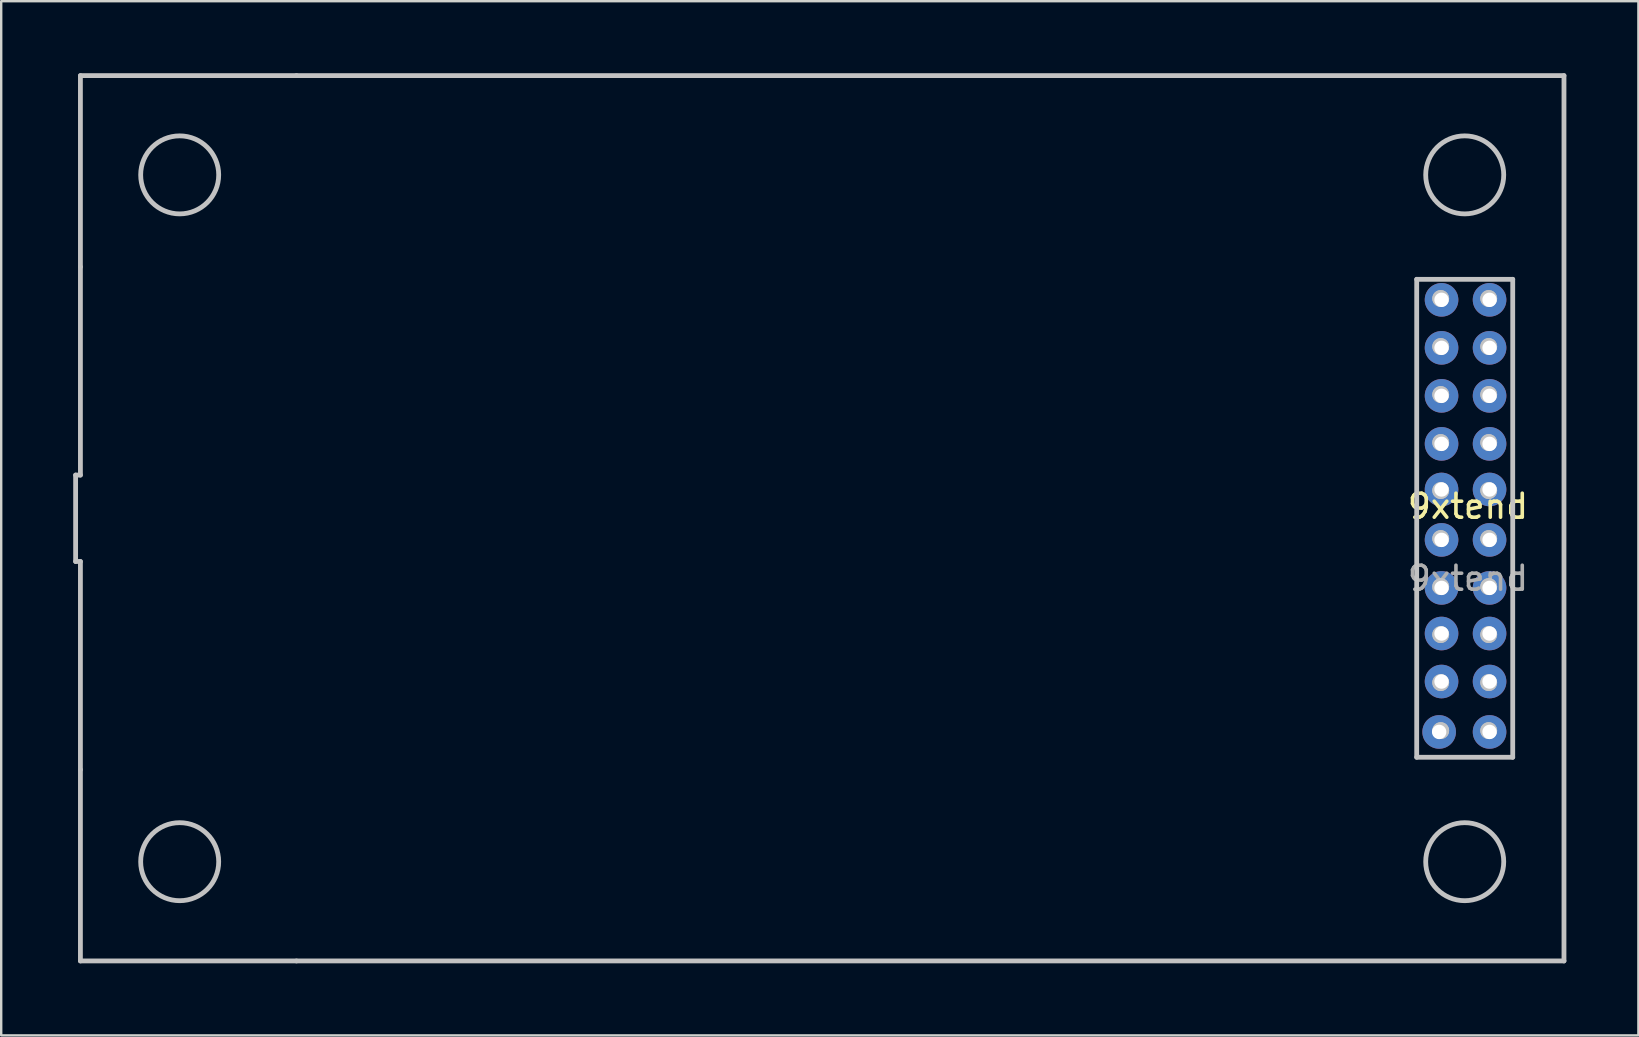
<source format=kicad_pcb>
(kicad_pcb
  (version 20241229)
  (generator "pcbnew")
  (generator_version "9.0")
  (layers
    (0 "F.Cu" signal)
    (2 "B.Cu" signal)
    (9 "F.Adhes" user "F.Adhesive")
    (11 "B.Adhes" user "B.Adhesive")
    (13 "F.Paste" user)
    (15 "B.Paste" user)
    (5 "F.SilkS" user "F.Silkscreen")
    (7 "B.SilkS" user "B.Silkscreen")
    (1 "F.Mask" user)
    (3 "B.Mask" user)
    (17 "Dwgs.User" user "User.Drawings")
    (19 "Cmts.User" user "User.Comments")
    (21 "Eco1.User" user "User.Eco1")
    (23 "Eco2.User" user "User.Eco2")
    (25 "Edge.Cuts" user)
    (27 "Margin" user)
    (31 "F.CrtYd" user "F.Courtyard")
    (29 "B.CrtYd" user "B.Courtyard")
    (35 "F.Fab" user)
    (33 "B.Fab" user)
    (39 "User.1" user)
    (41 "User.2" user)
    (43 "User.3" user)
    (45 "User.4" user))
  (footprint "9xtend"
    (layer "F.Cu")
    (at 58.1 18.54)
    (property "Reference" "9xtend" (at 0 -0.5 0) (unlocked yes) (layer "F.SilkS") (effects (font (size 1 1) (thickness 0.15))))
    (attr smd)
    (fp_line (start -58 -1.8) (end -58 1.8) (stroke (width 0.2) (type solid)) (layer "Dwgs.User"))
    (fp_line (start -58 1.8) (end -57.8 1.8) (stroke (width 0.2) (type solid)) (layer "Dwgs.User"))
    (fp_line (start -57.8 -18.44) (end -57.8 -10.472) (stroke (width 0.2) (type solid)) (layer "Dwgs.User"))
    (fp_line (start -57.8 -10.472) (end -57.8 -1.8) (stroke (width 0.2) (type solid)) (layer "Dwgs.User"))
    (fp_line (start -57.8 -1.8) (end -58 -1.8) (stroke (width 0.2) (type solid)) (layer "Dwgs.User"))
    (fp_line (start -57.8 1.8) (end -57.8 10.472) (stroke (width 0.2) (type solid)) (layer "Dwgs.User"))
    (fp_line (start -57.8 10.472) (end -57.8 18.44) (stroke (width 0.2) (type solid)) (layer "Dwgs.User"))
    (fp_line (start -57.8 18.44) (end -48.8 18.44) (stroke (width 0.2) (type solid)) (layer "Dwgs.User"))
    (fp_line (start -48.8 -18.44) (end -57.8 -18.44) (stroke (width 0.2) (type solid)) (layer "Dwgs.User"))
    (fp_line (start -48.8 18.44) (end 4 18.44) (stroke (width 0.2) (type solid)) (layer "Dwgs.User"))
    (fp_line (start -2.135 -9.955) (end -2.135 9.955) (stroke (width 0.2) (type solid)) (layer "Dwgs.User"))
    (fp_line (start -2.135 9.955) (end 1.865 9.955) (stroke (width 0.2) (type solid)) (layer "Dwgs.User"))
    (fp_line (start 1.865 -9.955) (end -2.135 -9.955) (stroke (width 0.2) (type solid)) (layer "Dwgs.User"))
    (fp_line (start 1.865 9.955) (end 1.865 -9.955) (stroke (width 0.2) (type solid)) (layer "Dwgs.User"))
    (fp_line (start 4 -18.44) (end -48.8 -18.44) (stroke (width 0.2) (type solid)) (layer "Dwgs.User"))
    (fp_line (start 4 18.44) (end 4 -18.44) (stroke (width 0.2) (type solid)) (layer "Dwgs.User"))
    (fp_circle (center -53.665 -14.305) (end -52.04 -14.305) (stroke (width 0.2) (type solid)) (fill no) (layer "Dwgs.User"))
    (fp_circle (center -53.665 14.305) (end -52.04 14.305) (stroke (width 0.2) (type solid)) (fill no) (layer "Dwgs.User"))
    (fp_circle (center -1.135 -9.155) (end -0.885 -9.155) (stroke (width 0.2) (type solid)) (fill no) (layer "Dwgs.User"))
    (fp_circle (center -1.135 -9.155) (end -0.885 -9.155) (stroke (width 0.2) (type solid)) (fill no) (layer "Dwgs.User"))
    (fp_circle (center -1.135 -7.155) (end -0.885 -7.155) (stroke (width 0.2) (type solid)) (fill no) (layer "Dwgs.User"))
    (fp_circle (center -1.135 -7.155) (end -0.885 -7.155) (stroke (width 0.2) (type solid)) (fill no) (layer "Dwgs.User"))
    (fp_circle (center -1.135 -5.155) (end -0.885 -5.155) (stroke (width 0.2) (type solid)) (fill no) (layer "Dwgs.User"))
    (fp_circle (center -1.135 -5.155) (end -0.885 -5.155) (stroke (width 0.2) (type solid)) (fill no) (layer "Dwgs.User"))
    (fp_circle (center -1.135 -3.155) (end -0.885 -3.155) (stroke (width 0.2) (type solid)) (fill no) (layer "Dwgs.User"))
    (fp_circle (center -1.135 -3.155) (end -0.885 -3.155) (stroke (width 0.2) (type solid)) (fill no) (layer "Dwgs.User"))
    (fp_circle (center -1.135 -1.155) (end -0.885 -1.155) (stroke (width 0.2) (type solid)) (fill no) (layer "Dwgs.User"))
    (fp_circle (center -1.135 -1.155) (end -0.885 -1.155) (stroke (width 0.2) (type solid)) (fill no) (layer "Dwgs.User"))
    (fp_circle (center -1.135 0.845) (end -0.885 0.845) (stroke (width 0.2) (type solid)) (fill no) (layer "Dwgs.User"))
    (fp_circle (center -1.135 0.845) (end -0.885 0.845) (stroke (width 0.2) (type solid)) (fill no) (layer "Dwgs.User"))
    (fp_circle (center -1.135 2.845) (end -0.885 2.845) (stroke (width 0.2) (type solid)) (fill no) (layer "Dwgs.User"))
    (fp_circle (center -1.135 2.845) (end -0.885 2.845) (stroke (width 0.2) (type solid)) (fill no) (layer "Dwgs.User"))
    (fp_circle (center -1.135 4.845) (end -0.885 4.845) (stroke (width 0.2) (type solid)) (fill no) (layer "Dwgs.User"))
    (fp_circle (center -1.135 4.845) (end -0.885 4.845) (stroke (width 0.2) (type solid)) (fill no) (layer "Dwgs.User"))
    (fp_circle (center -1.135 6.845) (end -0.885 6.845) (stroke (width 0.2) (type solid)) (fill no) (layer "Dwgs.User"))
    (fp_circle (center -1.135 6.845) (end -0.885 6.845) (stroke (width 0.2) (type solid)) (fill no) (layer "Dwgs.User"))
    (fp_circle (center -1.135 8.845) (end -0.885 8.845) (stroke (width 0.2) (type solid)) (fill no) (layer "Dwgs.User"))
    (fp_circle (center -1.135 8.845) (end -0.885 8.845) (stroke (width 0.2) (type solid)) (fill no) (layer "Dwgs.User"))
    (fp_circle (center -0.135 -14.305) (end 1.49 -14.305) (stroke (width 0.2) (type solid)) (fill no) (layer "Dwgs.User"))
    (fp_circle (center -0.135 14.305) (end 1.49 14.305) (stroke (width 0.2) (type solid)) (fill no) (layer "Dwgs.User"))
    (fp_circle (center 0.865 -9.155) (end 1.115 -9.155) (stroke (width 0.2) (type solid)) (fill no) (layer "Dwgs.User"))
    (fp_circle (center 0.865 -9.155) (end 1.115 -9.155) (stroke (width 0.2) (type solid)) (fill no) (layer "Dwgs.User"))
    (fp_circle (center 0.865 -7.155) (end 1.115 -7.155) (stroke (width 0.2) (type solid)) (fill no) (layer "Dwgs.User"))
    (fp_circle (center 0.865 -7.155) (end 1.115 -7.155) (stroke (width 0.2) (type solid)) (fill no) (layer "Dwgs.User"))
    (fp_circle (center 0.865 -5.155) (end 1.115 -5.155) (stroke (width 0.2) (type solid)) (fill no) (layer "Dwgs.User"))
    (fp_circle (center 0.865 -5.155) (end 1.115 -5.155) (stroke (width 0.2) (type solid)) (fill no) (layer "Dwgs.User"))
    (fp_circle (center 0.865 -3.155) (end 1.115 -3.155) (stroke (width 0.2) (type solid)) (fill no) (layer "Dwgs.User"))
    (fp_circle (center 0.865 -3.155) (end 1.115 -3.155) (stroke (width 0.2) (type solid)) (fill no) (layer "Dwgs.User"))
    (fp_circle (center 0.865 -1.155) (end 1.115 -1.155) (stroke (width 0.2) (type solid)) (fill no) (layer "Dwgs.User"))
    (fp_circle (center 0.865 -1.155) (end 1.115 -1.155) (stroke (width 0.2) (type solid)) (fill no) (layer "Dwgs.User"))
    (fp_circle (center 0.865 0.845) (end 1.115 0.845) (stroke (width 0.2) (type solid)) (fill no) (layer "Dwgs.User"))
    (fp_circle (center 0.865 0.845) (end 1.115 0.845) (stroke (width 0.2) (type solid)) (fill no) (layer "Dwgs.User"))
    (fp_circle (center 0.865 2.845) (end 1.115 2.845) (stroke (width 0.2) (type solid)) (fill no) (layer "Dwgs.User"))
    (fp_circle (center 0.865 2.845) (end 1.115 2.845) (stroke (width 0.2) (type solid)) (fill no) (layer "Dwgs.User"))
    (fp_circle (center 0.865 4.845) (end 1.115 4.845) (stroke (width 0.2) (type solid)) (fill no) (layer "Dwgs.User"))
    (fp_circle (center 0.865 4.845) (end 1.115 4.845) (stroke (width 0.2) (type solid)) (fill no) (layer "Dwgs.User"))
    (fp_circle (center 0.865 6.845) (end 1.115 6.845) (stroke (width 0.2) (type solid)) (fill no) (layer "Dwgs.User"))
    (fp_circle (center 0.865 6.845) (end 1.115 6.845) (stroke (width 0.2) (type solid)) (fill no) (layer "Dwgs.User"))
    (fp_circle (center 0.865 8.845) (end 1.115 8.845) (stroke (width 0.2) (type solid)) (fill no) (layer "Dwgs.User"))
    (fp_circle (center 0.865 8.845) (end 1.115 8.845) (stroke (width 0.2) (type solid)) (fill no) (layer "Dwgs.User"))
    (fp_text user "${REFERENCE}" (at 0 2.5 0) (unlocked yes) (layer "F.Fab") (effects (font (size 1 1) (thickness 0.15))))
    (pad "1" thru_hole circle (at 0.9 8.9) (size 1.4 1.4) (drill 0.6) (layers "*.Cu" "*.Mask"))
    (pad "2" thru_hole circle (at -1.2 8.9) (size 1.4 1.4) (drill 0.6) (layers "*.Cu" "*.Mask"))
    (pad "3" thru_hole circle (at 0.9 6.8) (size 1.4 1.4) (drill 0.6) (layers "*.Cu" "*.Mask"))
    (pad "4" thru_hole circle (at -1.1 6.8) (size 1.4 1.4) (drill 0.6) (layers "*.Cu" "*.Mask"))
    (pad "5" thru_hole circle (at 0.9 4.8) (size 1.4 1.4) (drill 0.6) (layers "*.Cu" "*.Mask"))
    (pad "6" thru_hole circle (at -1.1 4.8) (size 1.4 1.4) (drill 0.6) (layers "*.Cu" "*.Mask"))
    (pad "7" thru_hole circle (at 0.9 2.9) (size 1.4 1.4) (drill 0.6) (layers "*.Cu" "*.Mask"))
    (pad "8" thru_hole circle (at -1.1 2.9) (size 1.4 1.4) (drill 0.6) (layers "*.Cu" "*.Mask"))
    (pad "9" thru_hole circle (at 0.9 0.9) (size 1.4 1.4) (drill 0.6) (layers "*.Cu" "*.Mask"))
    (pad "10" thru_hole circle (at -1.1 0.9) (size 1.4 1.4) (drill 0.6) (layers "*.Cu" "*.Mask"))
    (pad "11" thru_hole circle (at 0.9 -1.2) (size 1.4 1.4) (drill 0.6) (layers "*.Cu" "*.Mask"))
    (pad "12" thru_hole circle (at -1.1 -1.2) (size 1.4 1.4) (drill 0.6) (layers "*.Cu" "*.Mask"))
    (pad "13" thru_hole circle (at 0.9 -3.1) (size 1.4 1.4) (drill 0.6) (layers "*.Cu" "*.Mask"))
    (pad "14" thru_hole circle (at -1.1 -3.1) (size 1.4 1.4) (drill 0.6) (layers "*.Cu" "*.Mask"))
    (pad "15" thru_hole circle (at 0.9 -5.1) (size 1.4 1.4) (drill 0.6) (layers "*.Cu" "*.Mask"))
    (pad "16" thru_hole circle (at -1.1 -5.1) (size 1.4 1.4) (drill 0.6) (layers "*.Cu" "*.Mask"))
    (pad "17" thru_hole circle (at 0.9 -7.1) (size 1.4 1.4) (drill 0.6) (layers "*.Cu" "*.Mask"))
    (pad "18" thru_hole circle (at -1.1 -7.1) (size 1.4 1.4) (drill 0.6) (layers "*.Cu" "*.Mask"))
    (pad "19" thru_hole circle (at 0.9 -9.1) (size 1.4 1.4) (drill 0.6) (layers "*.Cu" "*.Mask"))
    (pad "20" thru_hole circle (at -1.1 -9.1) (size 1.4 1.4) (drill 0.6) (layers "*.Cu" "*.Mask")))
  (gr_rect
    (start -3 -3)
    (end 65.2 40.08)
    (stroke (width 0.1) (type default))
    (fill no)
    (layer "Edge.Cuts")))
</source>
